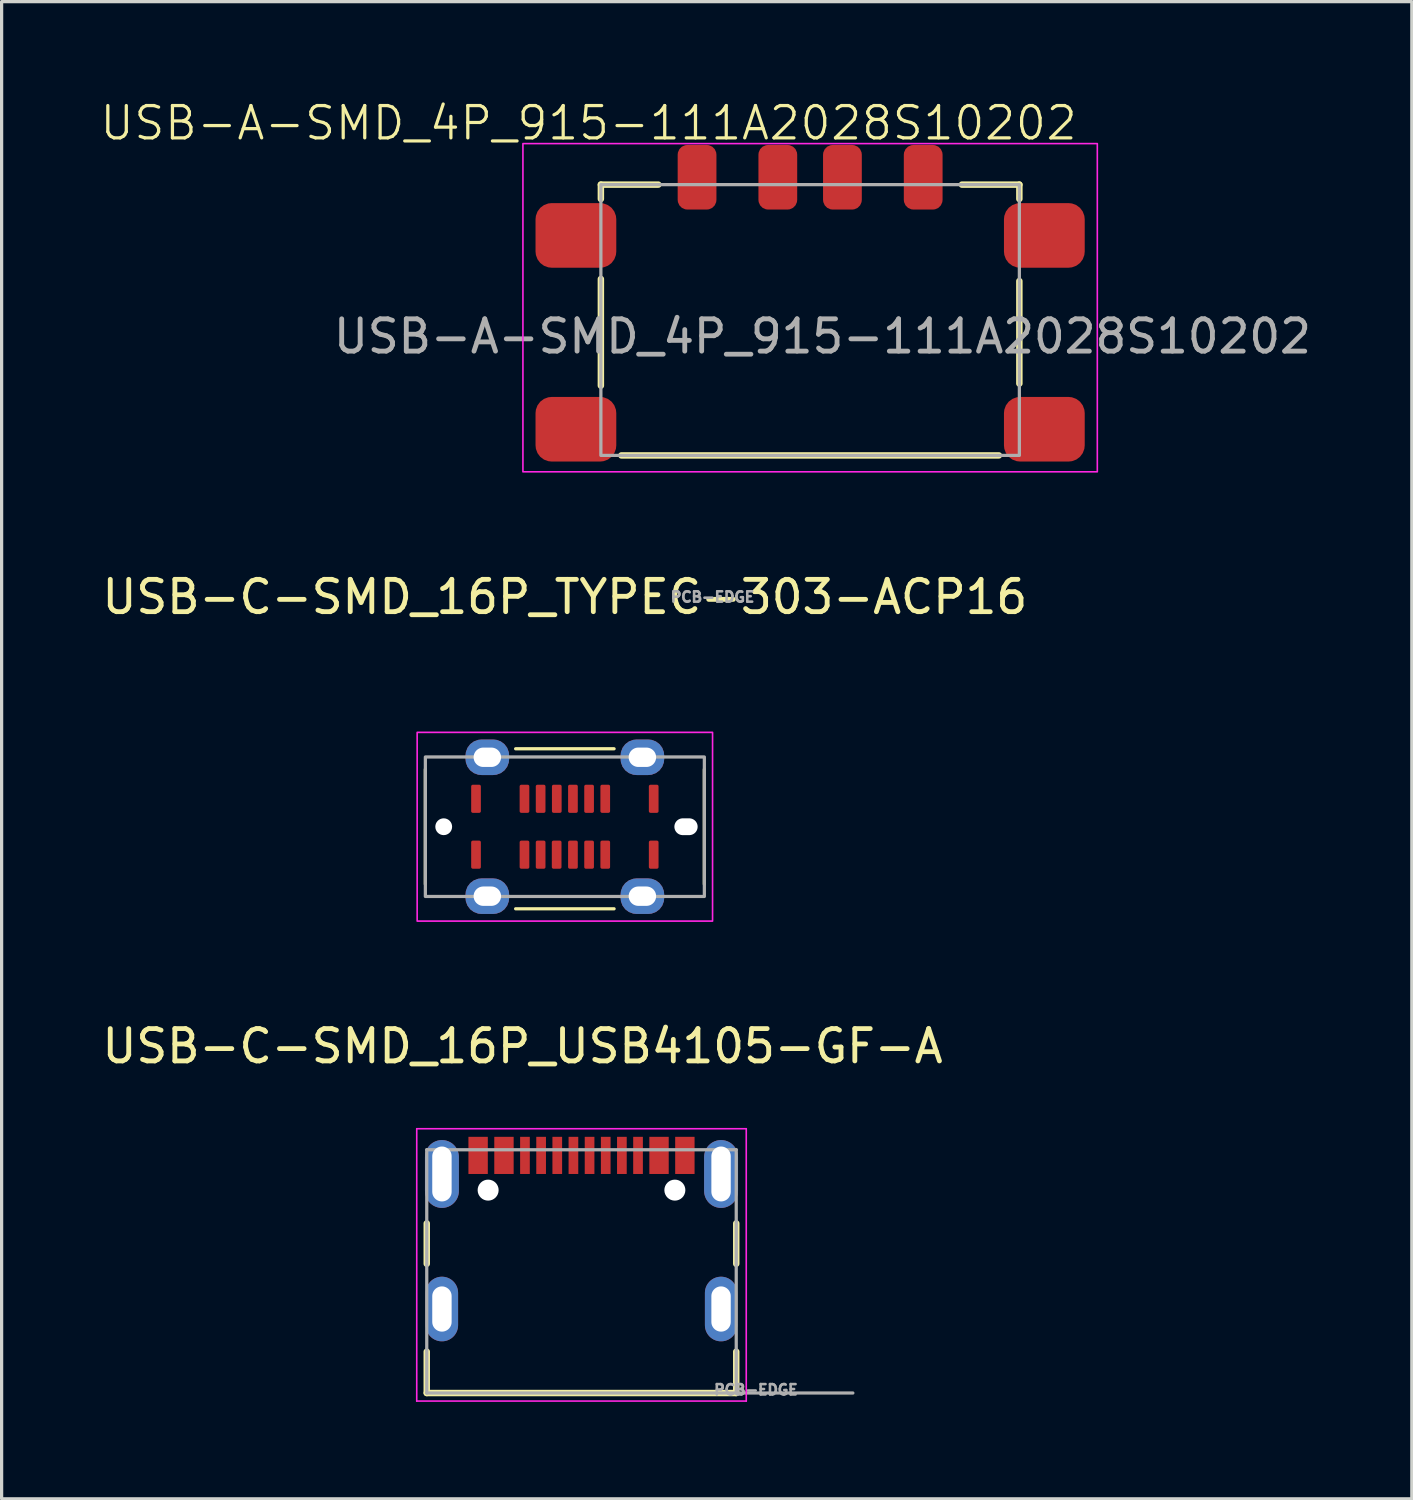
<source format=kicad_pcb>
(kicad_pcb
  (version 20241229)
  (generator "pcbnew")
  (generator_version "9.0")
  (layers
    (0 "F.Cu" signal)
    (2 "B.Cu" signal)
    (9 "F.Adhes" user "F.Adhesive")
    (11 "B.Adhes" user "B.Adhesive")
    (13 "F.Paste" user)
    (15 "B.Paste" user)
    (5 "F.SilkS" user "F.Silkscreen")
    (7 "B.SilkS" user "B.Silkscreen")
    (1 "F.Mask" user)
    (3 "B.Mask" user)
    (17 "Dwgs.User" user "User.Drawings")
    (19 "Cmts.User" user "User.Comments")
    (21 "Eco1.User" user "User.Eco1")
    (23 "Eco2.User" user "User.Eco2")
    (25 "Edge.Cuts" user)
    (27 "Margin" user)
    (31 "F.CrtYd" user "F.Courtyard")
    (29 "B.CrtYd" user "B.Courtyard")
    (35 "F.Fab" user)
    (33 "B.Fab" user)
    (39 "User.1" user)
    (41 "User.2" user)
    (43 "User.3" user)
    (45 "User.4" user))
  (footprint "USB-A-SMD_4P_915-111A2028S10202"
    (layer "F.Cu")
    (at 22.027 7.237)
    (property "Reference" "USB-A-SMD_4P_915-111A2028S10202" (at -6.858 -6.477 0) (unlocked yes) (layer "F.SilkS") (effects (font (size 1 1) (thickness 0.1))))
    (attr smd)
    (fp_line (start -6.477 -4.572) (end -4.699 -4.572) (stroke (width 0.2) (type default)) (layer "F.SilkS"))
    (fp_line (start -6.477 -4.128) (end -6.477 -4.572) (stroke (width 0.2) (type default)) (layer "F.SilkS"))
    (fp_line (start -6.477 1.651) (end -6.477 -1.651) (stroke (width 0.2) (type default)) (layer "F.SilkS"))
    (fp_line (start -5.842 3.81) (end 5.842 3.81) (stroke (width 0.2) (type default)) (layer "F.SilkS"))
    (fp_line (start 4.699 -4.572) (end 6.477 -4.572) (stroke (width 0.2) (type default)) (layer "F.SilkS"))
    (fp_line (start 6.477 -4.572) (end 6.477 -4.128) (stroke (width 0.2) (type default)) (layer "F.SilkS"))
    (fp_line (start 6.477 -1.587) (end 6.477 1.587) (stroke (width 0.2) (type default)) (layer "F.SilkS"))
    (fp_rect (start -8.89 -5.842) (end 8.89 4.318) (stroke (width 0.05) (type default)) (fill no) (layer "F.CrtYd"))
    (fp_rect (start -6.477 -4.572) (end 6.477 3.81) (stroke (width 0.1) (type default)) (fill no) (layer "F.Fab"))
    (fp_text user "${REFERENCE}" (at 0.381 0.127 0) (unlocked yes) (layer "F.Fab") (effects (font (size 1 1) (thickness 0.15))))
    (pad "1" smd roundrect (at -3.5 -4.8) (size 1.2 2) (layers "F.Cu" "F.Mask" "F.Paste") (roundrect_rratio 0.25))
    (pad "2" smd roundrect (at -1 -4.8) (size 1.2 2) (layers "F.Cu" "F.Mask" "F.Paste") (roundrect_rratio 0.25))
    (pad "3" smd roundrect (at 1 -4.8) (size 1.2 2) (layers "F.Cu" "F.Mask" "F.Paste") (roundrect_rratio 0.25))
    (pad "4" smd roundrect (at 3.5 -4.8) (size 1.2 2) (layers "F.Cu" "F.Mask" "F.Paste") (roundrect_rratio 0.25))
    (pad "S1" smd roundrect (at -7.25 -3) (size 2.5 2) (layers "F.Cu" "F.Mask" "F.Paste") (roundrect_rratio 0.25))
    (pad "S2" smd roundrect (at 7.25 -3) (size 2.5 2) (layers "F.Cu" "F.Mask" "F.Paste") (roundrect_rratio 0.25))
    (pad "S3" smd roundrect (at 7.25 3) (size 2.5 2) (layers "F.Cu" "F.Mask" "F.Paste") (roundrect_rratio 0.25))
    (pad "S4" smd roundrect (at -7.25 3) (size 2.5 2) (layers "F.Cu" "F.Mask" "F.Paste") (roundrect_rratio 0.25)))
  (footprint "USB-C-SMD_16P_TYPEC-303-ACP16"
    (layer "F.Cu")
    (at 14.435 22.541)
    (property "Reference" "USB-C-SMD_16P_TYPEC-303-ACP16" (at 0 -7.112 0) (layer "F.SilkS") (effects (font (size 1 1) (thickness 0.15))))
    (attr through_hole)
    (fp_line (start -4.318 -1.778) (end -4.318 1.778) (stroke (width 0.1) (type default)) (layer "F.SilkS"))
    (fp_line (start -1.524 -2.413) (end 1.524 -2.413) (stroke (width 0.1) (type default)) (layer "F.SilkS"))
    (fp_line (start 1.524 2.54) (end -1.524 2.54) (stroke (width 0.1) (type default)) (layer "F.SilkS"))
    (fp_line (start 4.318 -1.778) (end 4.318 1.778) (stroke (width 0.1) (type default)) (layer "F.SilkS"))
    (fp_rect (start -4.572 -2.921) (end 4.572 2.921) (stroke (width 0.05) (type default)) (fill no) (layer "F.CrtYd"))
    (fp_rect (start -4.318 -2.159) (end 4.318 2.159) (stroke (width 0.1) (type default)) (fill no) (layer "F.Fab"))
    (fp_text user "PCB-EDGE" (at 4.572 -7.112 0) (layer "F.Fab") (effects (font (size 0.32 0.32) (thickness 0.15))))
    (pad "" np_thru_hole circle (at -3.75 0) (size 0.52 0.52) (drill 0.762) (layers "*.Cu" "*.Mask"))
    (pad "" np_thru_hole oval (at 3.75 0) (size 0.72 0.52) (drill oval 0.72 0.52) (layers "*.Cu" "*.Mask"))
    (pad "A1" smd roundrect (at -2.75 -0.865) (size 0.3 0.87) (layers "F.Cu" "F.Mask" "F.Paste") (roundrect_rratio 0.167))
    (pad "A4" smd roundrect (at -1.25 -0.865) (size 0.3 0.87) (layers "F.Cu" "F.Mask" "F.Paste") (roundrect_rratio 0.167))
    (pad "A5" smd roundrect (at -0.75 -0.865) (size 0.3 0.87) (layers "F.Cu" "F.Mask" "F.Paste") (roundrect_rratio 0.167))
    (pad "A6" smd roundrect (at -0.25 -0.865) (size 0.3 0.87) (layers "F.Cu" "F.Mask" "F.Paste") (roundrect_rratio 0.167))
    (pad "A7" smd roundrect (at 0.25 -0.865) (size 0.3 0.87) (layers "F.Cu" "F.Mask" "F.Paste") (roundrect_rratio 0.167))
    (pad "A8" smd roundrect (at 0.75 -0.865) (size 0.3 0.87) (layers "F.Cu" "F.Mask" "F.Paste") (roundrect_rratio 0.167))
    (pad "A9" smd roundrect (at 1.25 -0.865) (size 0.3 0.87) (layers "F.Cu" "F.Mask" "F.Paste") (roundrect_rratio 0.167))
    (pad "A12" smd roundrect (at 2.75 -0.865) (size 0.3 0.87) (layers "F.Cu" "F.Mask" "F.Paste") (roundrect_rratio 0.167))
    (pad "B1" smd roundrect (at 2.75 0.865) (size 0.3 0.87) (layers "F.Cu" "F.Mask" "F.Paste") (roundrect_rratio 0.167))
    (pad "B4" smd roundrect (at 1.25 0.865) (size 0.3 0.87) (layers "F.Cu" "F.Mask" "F.Paste") (roundrect_rratio 0.167))
    (pad "B5" smd roundrect (at 0.75 0.865) (size 0.3 0.87) (layers "F.Cu" "F.Mask" "F.Paste") (roundrect_rratio 0.167))
    (pad "B6" smd roundrect (at 0.25 0.865) (size 0.3 0.87) (layers "F.Cu" "F.Mask" "F.Paste") (roundrect_rratio 0.167))
    (pad "B7" smd roundrect (at -0.254 0.865) (size 0.3 0.87) (layers "F.Cu" "F.Mask" "F.Paste") (roundrect_rratio 0.167))
    (pad "B8" smd roundrect (at -0.75 0.865) (size 0.3 0.87) (layers "F.Cu" "F.Mask" "F.Paste") (roundrect_rratio 0.167))
    (pad "B9" smd roundrect (at -1.25 0.865) (size 0.3 0.87) (layers "F.Cu" "F.Mask" "F.Paste") (roundrect_rratio 0.167))
    (pad "B12" smd roundrect (at -2.75 0.865) (size 0.3 0.87) (layers "F.Cu" "F.Mask" "F.Paste") (roundrect_rratio 0.167))
    (pad "S1" thru_hole roundrect (at -2.4 -2.15) (size 1.35 1.1) (drill oval 0.85 0.6) (layers "*.Cu" "*.Mask") (roundrect_rratio 0.45))
    (pad "S2" thru_hole roundrect (at -2.4 2.15) (size 1.35 1.1) (drill oval 0.85 0.6) (layers "*.Cu" "*.Mask") (roundrect_rratio 0.45))
    (pad "S3" thru_hole roundrect (at 2.4 -2.15) (size 1.35 1.1) (drill oval 0.85 0.6) (layers "*.Cu" "*.Mask") (roundrect_rratio 0.45))
    (pad "S4" thru_hole roundrect (at 2.4 2.15) (size 1.35 1.1) (drill oval 0.85 0.6) (layers "*.Cu" "*.Mask") (roundrect_rratio 0.45)))
  (footprint "USB-C-SMD_16P_USB4105-GF-A"
    (layer "F.Cu")
    (at 14.95 37.47)
    (property "Reference" "USB-C-SMD_16P_USB4105-GF-A" (at -1.825 -8.135 0) (layer "F.SilkS") (effects (font (size 1 1) (thickness 0.15))))
    (attr through_hole)
    (fp_line (start -4.79 -2.65) (end -4.79 -1.4) (stroke (width 0.2) (type solid)) (layer "F.SilkS"))
    (fp_line (start -4.79 1.32) (end -4.79 2.6) (stroke (width 0.2) (type solid)) (layer "F.SilkS"))
    (fp_line (start -4.79 2.6) (end 4.79 2.6) (stroke (width 0.2) (type solid)) (layer "F.SilkS"))
    (fp_line (start 4.79 -2.65) (end 4.79 -1.4) (stroke (width 0.2) (type solid)) (layer "F.SilkS"))
    (fp_line (start 4.79 2.6) (end 4.79 1.32) (stroke (width 0.2) (type solid)) (layer "F.SilkS"))
    (fp_line (start -5.1 -5.58) (end -5.1 2.85) (stroke (width 0.05) (type solid)) (layer "F.CrtYd"))
    (fp_line (start -5.1 2.85) (end 5.1 2.85) (stroke (width 0.05) (type solid)) (layer "F.CrtYd"))
    (fp_line (start 5.1 -5.58) (end -5.1 -5.58) (stroke (width 0.05) (type solid)) (layer "F.CrtYd"))
    (fp_line (start 5.1 2.85) (end 5.1 -5.58) (stroke (width 0.05) (type solid)) (layer "F.CrtYd"))
    (fp_line (start -4.79 -4.93) (end 4.79 -4.93) (stroke (width 0.1) (type solid)) (layer "F.Fab"))
    (fp_line (start -4.79 2.6) (end -4.79 -4.93) (stroke (width 0.1) (type solid)) (layer "F.Fab"))
    (fp_line (start 4.79 -4.93) (end 4.79 2.6) (stroke (width 0.1) (type solid)) (layer "F.Fab"))
    (fp_line (start 4.79 2.6) (end -4.79 2.6) (stroke (width 0.1) (type solid)) (layer "F.Fab"))
    (fp_line (start 4.8 2.6) (end 8.4 2.6) (stroke (width 0.1) (type solid)) (layer "F.Fab"))
    (fp_text user "PCB-EDGE" (at 5.4 2.5 0) (layer "F.Fab") (effects (font (size 0.32 0.32) (thickness 0.15))))
    (pad "" np_thru_hole circle (at -2.89 -3.68) (size 0.65 0.65) (drill 0.65) (layers "*.Cu" "*.Mask"))
    (pad "" np_thru_hole circle (at 2.89 -3.68) (size 0.65 0.65) (drill 0.65) (layers "*.Cu" "*.Mask"))
    (pad "A1_B12" smd rect (at -3.2 -4.755) (size 0.6 1.15) (layers "F.Cu" "F.Mask" "F.Paste"))
    (pad "A4_B9" smd rect (at -2.4 -4.755) (size 0.6 1.15) (layers "F.Cu" "F.Mask" "F.Paste"))
    (pad "A5" smd rect (at -1.25 -4.755) (size 0.3 1.15) (layers "F.Cu" "F.Mask" "F.Paste"))
    (pad "A6" smd rect (at -0.25 -4.755) (size 0.3 1.15) (layers "F.Cu" "F.Mask" "F.Paste"))
    (pad "A7" smd rect (at 0.25 -4.755) (size 0.3 1.15) (layers "F.Cu" "F.Mask" "F.Paste"))
    (pad "A8" smd rect (at 1.25 -4.755) (size 0.3 1.15) (layers "F.Cu" "F.Mask" "F.Paste"))
    (pad "B1_A12" smd rect (at 3.2 -4.755) (size 0.6 1.15) (layers "F.Cu" "F.Mask" "F.Paste"))
    (pad "B4_A9" smd rect (at 2.4 -4.755) (size 0.6 1.15) (layers "F.Cu" "F.Mask" "F.Paste"))
    (pad "B5" smd rect (at 1.75 -4.755) (size 0.3 1.15) (layers "F.Cu" "F.Mask" "F.Paste"))
    (pad "B6" smd rect (at 0.75 -4.755) (size 0.3 1.15) (layers "F.Cu" "F.Mask" "F.Paste"))
    (pad "B7" smd rect (at -0.75 -4.755) (size 0.3 1.15) (layers "F.Cu" "F.Mask" "F.Paste"))
    (pad "B8" smd rect (at -1.75 -4.755) (size 0.3 1.15) (layers "F.Cu" "F.Mask" "F.Paste"))
    (pad "S1" thru_hole oval (at -4.32 -4.18) (size 1.05 2.1) (drill oval 0.6 1.7) (layers "*.Cu" "*.Mask"))
    (pad "S2" thru_hole oval (at -4.32 0) (size 1 2) (drill oval 0.6 1.4) (layers "*.Cu" "*.Mask"))
    (pad "S3" thru_hole oval (at 4.32 0) (size 1 2) (drill oval 0.6 1.4) (layers "*.Cu" "*.Mask"))
    (pad "S4" thru_hole oval (at 4.32 -4.18) (size 1.05 2.1) (drill oval 0.6 1.7) (layers "*.Cu" "*.Mask")))
  (gr_rect
    (start -3 -3)
    (end 40.652 43.345)
    (stroke (width 0.1) (type default))
    (fill no)
    (layer "Edge.Cuts")))
</source>
